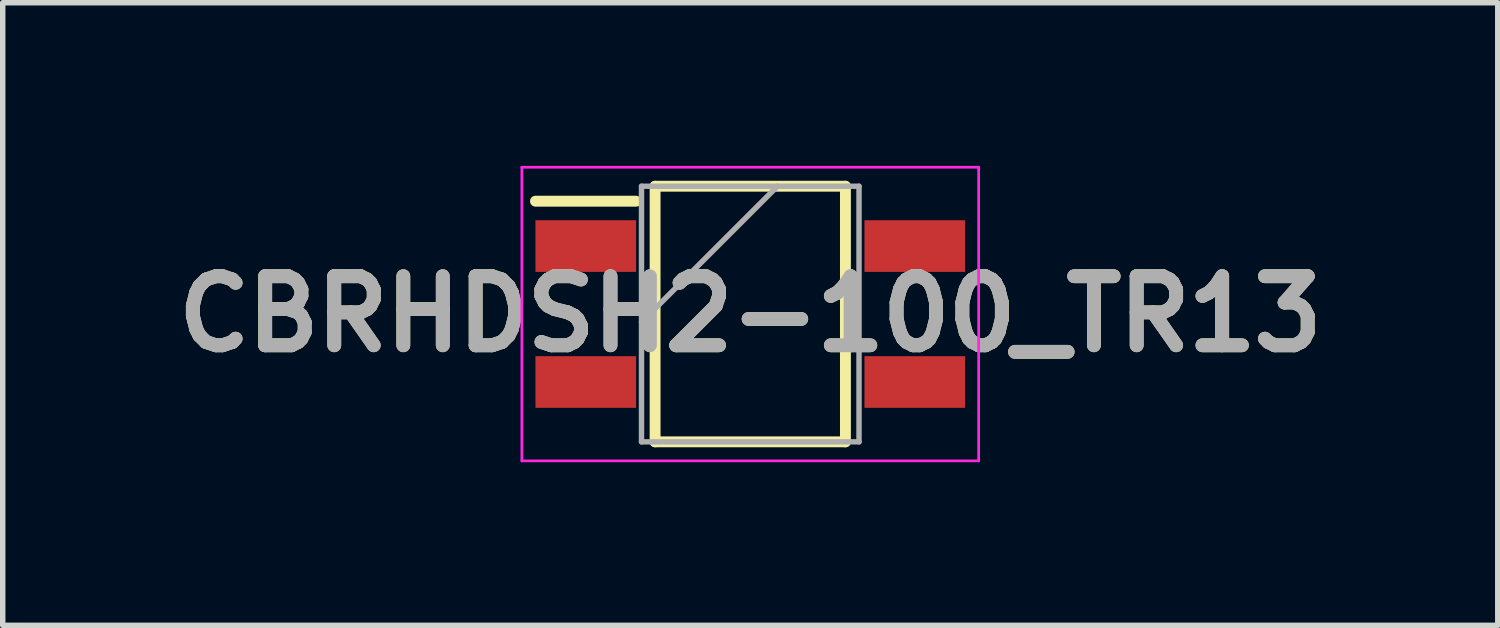
<source format=kicad_pcb>
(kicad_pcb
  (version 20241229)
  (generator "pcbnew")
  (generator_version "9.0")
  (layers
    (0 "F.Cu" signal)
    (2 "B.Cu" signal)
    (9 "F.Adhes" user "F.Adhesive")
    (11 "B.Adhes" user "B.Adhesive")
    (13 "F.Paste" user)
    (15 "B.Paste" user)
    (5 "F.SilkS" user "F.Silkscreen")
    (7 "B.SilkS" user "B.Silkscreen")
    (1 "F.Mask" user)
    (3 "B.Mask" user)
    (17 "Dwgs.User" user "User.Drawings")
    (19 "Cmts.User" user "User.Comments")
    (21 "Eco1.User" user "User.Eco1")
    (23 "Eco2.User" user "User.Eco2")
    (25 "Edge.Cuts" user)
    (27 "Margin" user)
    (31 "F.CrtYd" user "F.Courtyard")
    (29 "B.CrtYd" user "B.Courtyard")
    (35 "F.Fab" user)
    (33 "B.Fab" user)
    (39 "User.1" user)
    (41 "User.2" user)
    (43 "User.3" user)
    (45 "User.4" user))
  (footprint "CBRHDSH2-100_TR13"
    (layer "F.Cu")
    (at 10.747 2.725)
    (property "Reference" "CBRHDSH2-100_TR13" (at 0 0 0) (layer "F.SilkS") (effects (font (size 1.27 1.27) (thickness 0.254))))
    (attr smd)
    (fp_line (start -3.95 -2.075) (end -2.1 -2.075) (stroke (width 0.2) (type solid)) (layer "F.SilkS"))
    (fp_line (start -1.75 -2.35) (end 1.75 -2.35) (stroke (width 0.2) (type solid)) (layer "F.SilkS"))
    (fp_line (start -1.75 2.35) (end -1.75 -2.35) (stroke (width 0.2) (type solid)) (layer "F.SilkS"))
    (fp_line (start 1.75 -2.35) (end 1.75 2.35) (stroke (width 0.2) (type solid)) (layer "F.SilkS"))
    (fp_line (start 1.75 2.35) (end -1.75 2.35) (stroke (width 0.2) (type solid)) (layer "F.SilkS"))
    (fp_line (start -4.2 -2.7) (end 4.2 -2.7) (stroke (width 0.05) (type solid)) (layer "F.CrtYd"))
    (fp_line (start -4.2 2.7) (end -4.2 -2.7) (stroke (width 0.05) (type solid)) (layer "F.CrtYd"))
    (fp_line (start 4.2 -2.7) (end 4.2 2.7) (stroke (width 0.05) (type solid)) (layer "F.CrtYd"))
    (fp_line (start 4.2 2.7) (end -4.2 2.7) (stroke (width 0.05) (type solid)) (layer "F.CrtYd"))
    (fp_line (start -2 -2.35) (end 2 -2.35) (stroke (width 0.1) (type solid)) (layer "F.Fab"))
    (fp_line (start -2 0.15) (end 0.5 -2.35) (stroke (width 0.1) (type solid)) (layer "F.Fab"))
    (fp_line (start -2 2.35) (end -2 -2.35) (stroke (width 0.1) (type solid)) (layer "F.Fab"))
    (fp_line (start 2 -2.35) (end 2 2.35) (stroke (width 0.1) (type solid)) (layer "F.Fab"))
    (fp_line (start 2 2.35) (end -2 2.35) (stroke (width 0.1) (type solid)) (layer "F.Fab"))
    (fp_text user "${REFERENCE}" (at 0 0 0) (layer "F.Fab") (effects (font (size 1.27 1.27) (thickness 0.254))))
    (pad "1" smd rect (at -3.025 -1.25 90) (size 0.95 1.85) (layers "F.Cu" "F.Mask" "F.Paste"))
    (pad "2" smd rect (at -3.025 1.25 90) (size 0.95 1.85) (layers "F.Cu" "F.Mask" "F.Paste"))
    (pad "3" smd rect (at 3.025 1.25 90) (size 0.95 1.85) (layers "F.Cu" "F.Mask" "F.Paste"))
    (pad "4" smd rect (at 3.025 -1.25 90) (size 0.95 1.85) (layers "F.Cu" "F.Mask" "F.Paste")))
  (gr_rect
    (start -3 -3)
    (end 24.493 8.45)
    (stroke (width 0.1) (type default))
    (fill no)
    (layer "Edge.Cuts")))
</source>
